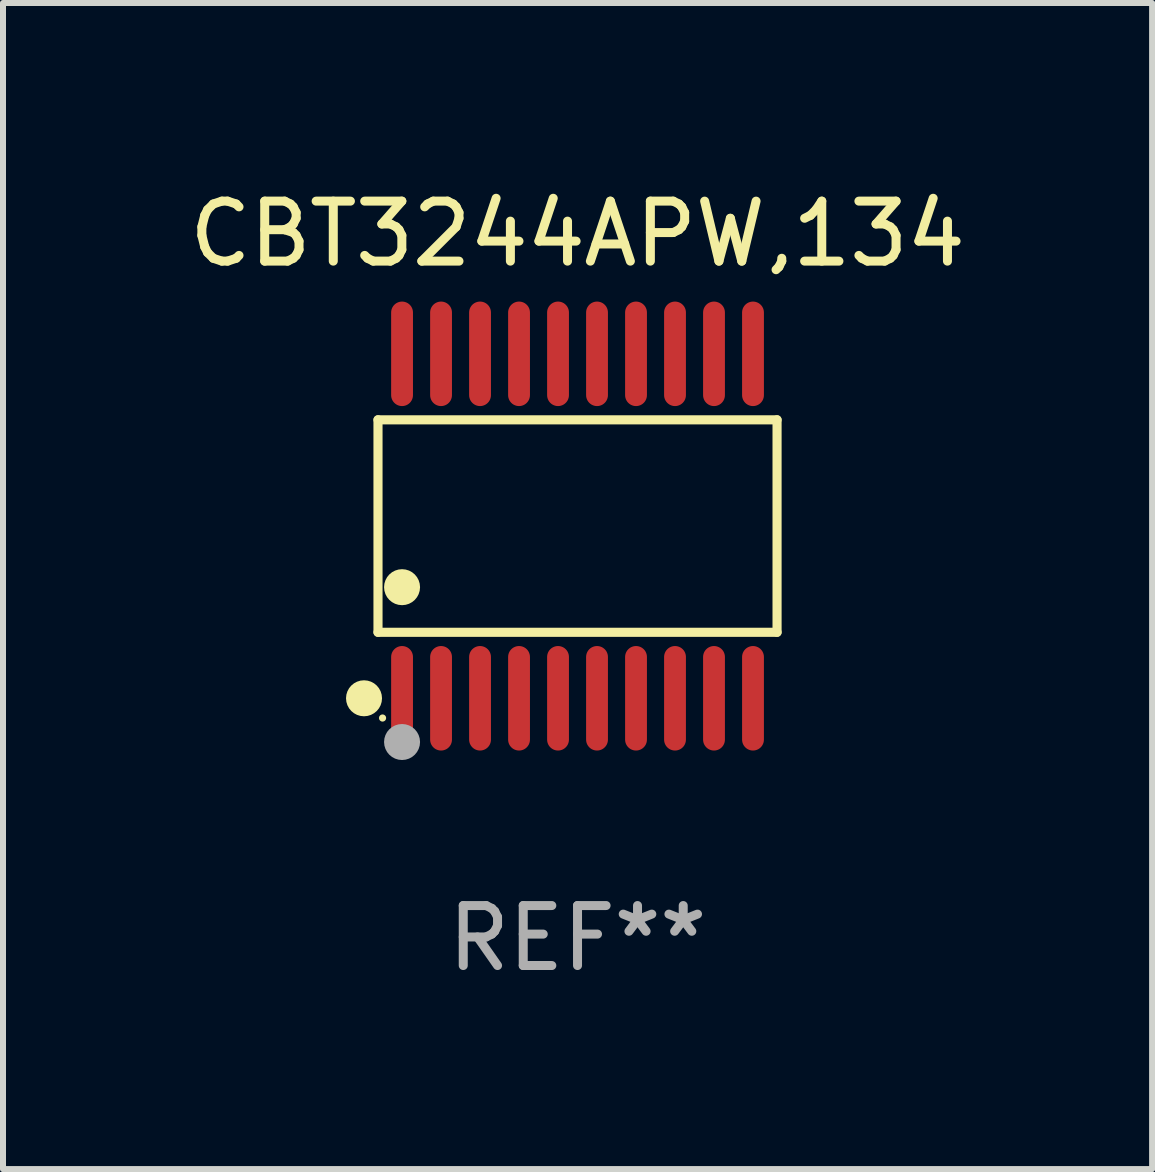
<source format=kicad_pcb>
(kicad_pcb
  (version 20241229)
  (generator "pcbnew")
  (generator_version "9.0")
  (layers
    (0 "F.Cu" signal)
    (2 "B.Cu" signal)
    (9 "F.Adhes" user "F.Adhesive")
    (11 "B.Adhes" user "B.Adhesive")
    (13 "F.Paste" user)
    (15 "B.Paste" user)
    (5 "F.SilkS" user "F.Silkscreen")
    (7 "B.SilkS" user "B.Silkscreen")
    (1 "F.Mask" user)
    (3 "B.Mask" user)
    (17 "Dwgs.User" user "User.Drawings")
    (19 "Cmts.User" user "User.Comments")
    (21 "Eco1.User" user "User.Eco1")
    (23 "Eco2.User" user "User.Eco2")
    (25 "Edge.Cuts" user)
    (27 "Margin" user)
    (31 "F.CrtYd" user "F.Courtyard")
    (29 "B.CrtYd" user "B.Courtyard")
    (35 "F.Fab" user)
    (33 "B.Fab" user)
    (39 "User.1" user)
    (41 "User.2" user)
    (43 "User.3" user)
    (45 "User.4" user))
  (footprint "CBT3244APW,134"
    (layer "F.Cu")
    (at 6.577 5.719)
    (property "Reference" "CBT3244APW,134" (at 0 -4.871 0) (layer "F.SilkS") (effects (font (size 1 1) (thickness 0.15))))
    (attr through_hole)
    (fp_line (start -3.326 -1.771) (end 3.326 -1.771) (stroke (width 0.152) (type solid)) (layer "F.SilkS"))
    (fp_line (start -3.326 1.771) (end -3.326 -1.771) (stroke (width 0.152) (type solid)) (layer "F.SilkS"))
    (fp_line (start 3.326 -1.771) (end 3.326 1.771) (stroke (width 0.152) (type solid)) (layer "F.SilkS"))
    (fp_line (start 3.326 1.771) (end -3.326 1.771) (stroke (width 0.152) (type solid)) (layer "F.SilkS"))
    (fp_circle (center -3.559 2.871) (end -3.409 2.871) (stroke (width 0.3) (type solid)) (fill no) (layer "F.SilkS"))
    (fp_circle (center -3.25 3.2) (end -3.22 3.2) (stroke (width 0.06) (type solid)) (fill no) (layer "F.SilkS"))
    (fp_circle (center -2.925 1.019) (end -2.775 1.019) (stroke (width 0.3) (type solid)) (fill no) (layer "F.SilkS"))
    (fp_circle (center -2.925 3.6) (end -2.775 3.6) (stroke (width 0.3) (type solid)) (fill no) (layer "F.Fab"))
    (fp_text user "REF**" (at 0 6.871 0) (layer "F.Fab") (effects (font (size 1 1) (thickness 0.15))))
    (pad "1" smd oval (at -2.925 2.871) (size 0.364 1.742) (layers "F.Cu" "F.Mask" "F.Paste"))
    (pad "2" smd oval (at -2.275 2.871) (size 0.364 1.742) (layers "F.Cu" "F.Mask" "F.Paste"))
    (pad "3" smd oval (at -1.625 2.871) (size 0.364 1.742) (layers "F.Cu" "F.Mask" "F.Paste"))
    (pad "4" smd oval (at -0.975 2.871) (size 0.364 1.742) (layers "F.Cu" "F.Mask" "F.Paste"))
    (pad "5" smd oval (at -0.325 2.871) (size 0.364 1.742) (layers "F.Cu" "F.Mask" "F.Paste"))
    (pad "6" smd oval (at 0.325 2.871) (size 0.364 1.742) (layers "F.Cu" "F.Mask" "F.Paste"))
    (pad "7" smd oval (at 0.975 2.871) (size 0.364 1.742) (layers "F.Cu" "F.Mask" "F.Paste"))
    (pad "8" smd oval (at 1.625 2.871) (size 0.364 1.742) (layers "F.Cu" "F.Mask" "F.Paste"))
    (pad "9" smd oval (at 2.275 2.871) (size 0.364 1.742) (layers "F.Cu" "F.Mask" "F.Paste"))
    (pad "10" smd oval (at 2.925 2.871) (size 0.364 1.742) (layers "F.Cu" "F.Mask" "F.Paste"))
    (pad "11" smd oval (at 2.925 -2.871) (size 0.364 1.742) (layers "F.Cu" "F.Mask" "F.Paste"))
    (pad "12" smd oval (at 2.275 -2.871) (size 0.364 1.742) (layers "F.Cu" "F.Mask" "F.Paste"))
    (pad "13" smd oval (at 1.625 -2.871) (size 0.364 1.742) (layers "F.Cu" "F.Mask" "F.Paste"))
    (pad "14" smd oval (at 0.975 -2.871) (size 0.364 1.742) (layers "F.Cu" "F.Mask" "F.Paste"))
    (pad "15" smd oval (at 0.325 -2.871) (size 0.364 1.742) (layers "F.Cu" "F.Mask" "F.Paste"))
    (pad "16" smd oval (at -0.325 -2.871) (size 0.364 1.742) (layers "F.Cu" "F.Mask" "F.Paste"))
    (pad "17" smd oval (at -0.975 -2.871) (size 0.364 1.742) (layers "F.Cu" "F.Mask" "F.Paste"))
    (pad "18" smd oval (at -1.625 -2.871) (size 0.364 1.742) (layers "F.Cu" "F.Mask" "F.Paste"))
    (pad "19" smd oval (at -2.275 -2.871) (size 0.364 1.742) (layers "F.Cu" "F.Mask" "F.Paste"))
    (pad "20" smd oval (at -2.925 -2.871) (size 0.364 1.742) (layers "F.Cu" "F.Mask" "F.Paste")))
  (gr_rect
    (start -3 -3)
    (end 16.155 16.438)
    (stroke (width 0.1) (type default))
    (fill no)
    (layer "Edge.Cuts")))
</source>
